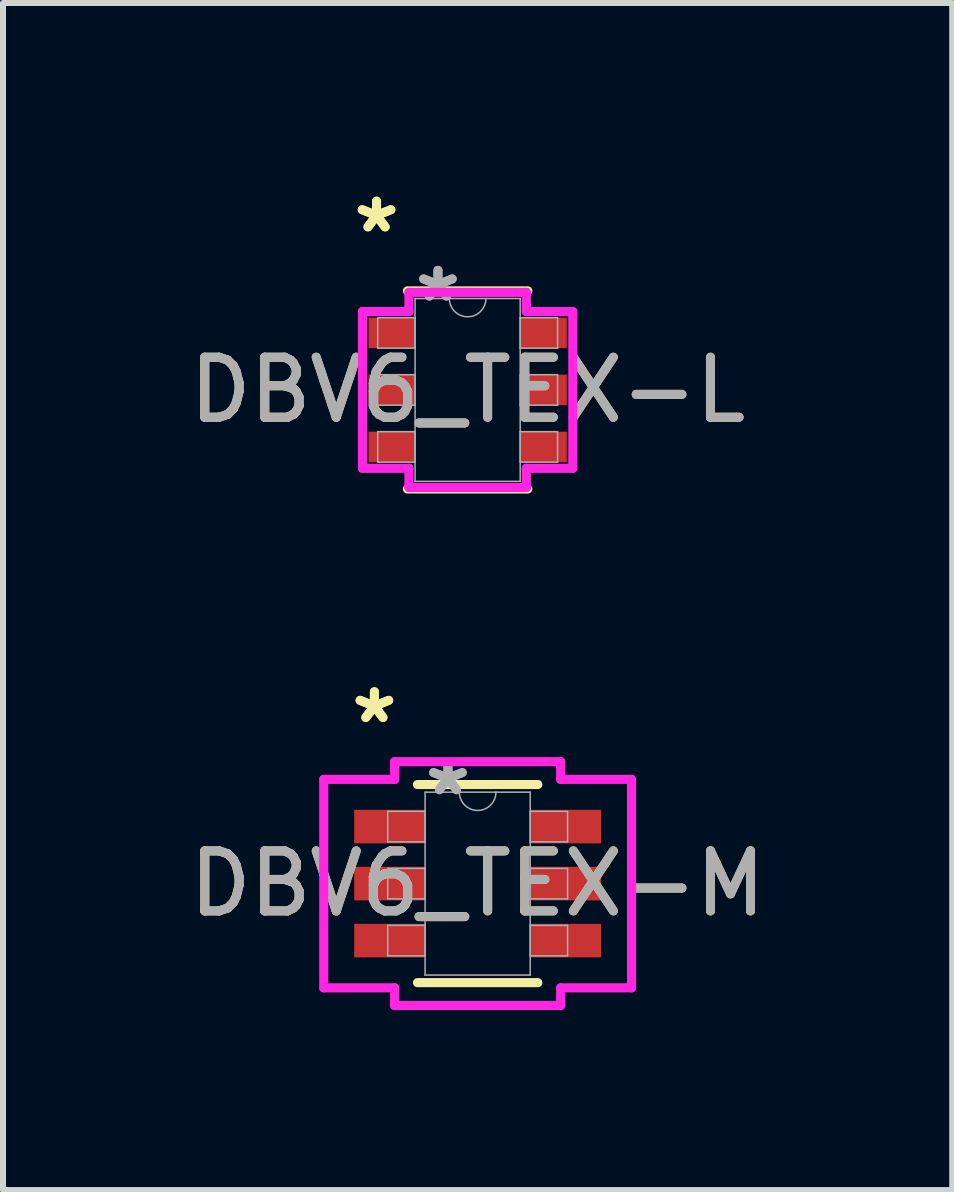
<source format=kicad_pcb>
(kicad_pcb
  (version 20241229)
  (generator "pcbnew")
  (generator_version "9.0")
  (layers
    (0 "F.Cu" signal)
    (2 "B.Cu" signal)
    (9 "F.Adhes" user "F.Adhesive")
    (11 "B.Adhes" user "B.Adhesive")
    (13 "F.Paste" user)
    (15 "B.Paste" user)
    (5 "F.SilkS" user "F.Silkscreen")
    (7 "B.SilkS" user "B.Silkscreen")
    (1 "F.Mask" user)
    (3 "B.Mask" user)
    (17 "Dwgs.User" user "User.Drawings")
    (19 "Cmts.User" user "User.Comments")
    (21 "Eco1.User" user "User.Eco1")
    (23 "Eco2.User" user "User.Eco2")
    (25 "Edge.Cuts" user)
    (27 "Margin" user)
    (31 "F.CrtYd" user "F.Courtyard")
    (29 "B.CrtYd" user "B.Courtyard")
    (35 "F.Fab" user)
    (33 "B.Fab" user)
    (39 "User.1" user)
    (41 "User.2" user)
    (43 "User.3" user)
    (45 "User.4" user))
  (footprint "DBV6_TEX-L"
    (layer "F.Cu")
    (at 4.744 3.449)
    (property "Reference" "DBV6_TEX-L" (at 0 0 0) (unlocked yes) (layer "F.SilkS") (effects (font (size 1 1) (thickness 0.15))))
    (attr smd)
    (fp_line (start -1.003 1.651) (end 1.003 1.651) (stroke (width 0.152) (type solid)) (layer "F.SilkS"))
    (fp_line (start 1.003 -1.651) (end -1.003 -1.651) (stroke (width 0.152) (type solid)) (layer "F.SilkS"))
    (fp_line (start -1.753 -1.306) (end -0.978 -1.306) (stroke (width 0.152) (type solid)) (layer "F.CrtYd"))
    (fp_line (start -1.753 1.306) (end -1.753 -1.306) (stroke (width 0.152) (type solid)) (layer "F.CrtYd"))
    (fp_line (start -1.753 1.306) (end -0.978 1.306) (stroke (width 0.152) (type solid)) (layer "F.CrtYd"))
    (fp_line (start -0.978 -1.626) (end 0.978 -1.626) (stroke (width 0.152) (type solid)) (layer "F.CrtYd"))
    (fp_line (start -0.978 -1.306) (end -0.978 -1.626) (stroke (width 0.152) (type solid)) (layer "F.CrtYd"))
    (fp_line (start -0.978 1.626) (end -0.978 1.306) (stroke (width 0.152) (type solid)) (layer "F.CrtYd"))
    (fp_line (start 0.978 -1.626) (end 0.978 -1.306) (stroke (width 0.152) (type solid)) (layer "F.CrtYd"))
    (fp_line (start 0.978 1.306) (end 0.978 1.626) (stroke (width 0.152) (type solid)) (layer "F.CrtYd"))
    (fp_line (start 0.978 1.626) (end -0.978 1.626) (stroke (width 0.152) (type solid)) (layer "F.CrtYd"))
    (fp_line (start 1.753 -1.306) (end 0.978 -1.306) (stroke (width 0.152) (type solid)) (layer "F.CrtYd"))
    (fp_line (start 1.753 -1.306) (end 1.753 1.306) (stroke (width 0.152) (type solid)) (layer "F.CrtYd"))
    (fp_line (start 1.753 1.306) (end 0.978 1.306) (stroke (width 0.152) (type solid)) (layer "F.CrtYd"))
    (fp_line (start -1.499 -1.204) (end -1.499 -0.696) (stroke (width 0.025) (type solid)) (layer "F.Fab"))
    (fp_line (start -1.499 -0.696) (end -0.876 -0.696) (stroke (width 0.025) (type solid)) (layer "F.Fab"))
    (fp_line (start -1.499 -0.254) (end -1.499 0.254) (stroke (width 0.025) (type solid)) (layer "F.Fab"))
    (fp_line (start -1.499 0.254) (end -0.876 0.254) (stroke (width 0.025) (type solid)) (layer "F.Fab"))
    (fp_line (start -1.499 0.696) (end -1.499 1.204) (stroke (width 0.025) (type solid)) (layer "F.Fab"))
    (fp_line (start -1.499 1.204) (end -0.876 1.204) (stroke (width 0.025) (type solid)) (layer "F.Fab"))
    (fp_line (start -0.876 -1.524) (end -0.876 1.524) (stroke (width 0.025) (type solid)) (layer "F.Fab"))
    (fp_line (start -0.876 -1.204) (end -1.499 -1.204) (stroke (width 0.025) (type solid)) (layer "F.Fab"))
    (fp_line (start -0.876 -0.696) (end -0.876 -1.204) (stroke (width 0.025) (type solid)) (layer "F.Fab"))
    (fp_line (start -0.876 -0.254) (end -1.499 -0.254) (stroke (width 0.025) (type solid)) (layer "F.Fab"))
    (fp_line (start -0.876 0.254) (end -0.876 -0.254) (stroke (width 0.025) (type solid)) (layer "F.Fab"))
    (fp_line (start -0.876 0.696) (end -1.499 0.696) (stroke (width 0.025) (type solid)) (layer "F.Fab"))
    (fp_line (start -0.876 1.204) (end -0.876 0.696) (stroke (width 0.025) (type solid)) (layer "F.Fab"))
    (fp_line (start -0.876 1.524) (end 0.876 1.524) (stroke (width 0.025) (type solid)) (layer "F.Fab"))
    (fp_line (start 0.876 -1.524) (end -0.876 -1.524) (stroke (width 0.025) (type solid)) (layer "F.Fab"))
    (fp_line (start 0.876 -1.204) (end 0.876 -0.696) (stroke (width 0.025) (type solid)) (layer "F.Fab"))
    (fp_line (start 0.876 -0.696) (end 1.499 -0.696) (stroke (width 0.025) (type solid)) (layer "F.Fab"))
    (fp_line (start 0.876 -0.254) (end 0.876 0.254) (stroke (width 0.025) (type solid)) (layer "F.Fab"))
    (fp_line (start 0.876 0.254) (end 1.499 0.254) (stroke (width 0.025) (type solid)) (layer "F.Fab"))
    (fp_line (start 0.876 0.696) (end 0.876 1.204) (stroke (width 0.025) (type solid)) (layer "F.Fab"))
    (fp_line (start 0.876 1.204) (end 1.499 1.204) (stroke (width 0.025) (type solid)) (layer "F.Fab"))
    (fp_line (start 0.876 1.524) (end 0.876 -1.524) (stroke (width 0.025) (type solid)) (layer "F.Fab"))
    (fp_line (start 1.499 -1.204) (end 0.876 -1.204) (stroke (width 0.025) (type solid)) (layer "F.Fab"))
    (fp_line (start 1.499 -0.696) (end 1.499 -1.204) (stroke (width 0.025) (type solid)) (layer "F.Fab"))
    (fp_line (start 1.499 -0.254) (end 0.876 -0.254) (stroke (width 0.025) (type solid)) (layer "F.Fab"))
    (fp_line (start 1.499 0.254) (end 1.499 -0.254) (stroke (width 0.025) (type solid)) (layer "F.Fab"))
    (fp_line (start 1.499 0.696) (end 0.876 0.696) (stroke (width 0.025) (type solid)) (layer "F.Fab"))
    (fp_line (start 1.499 1.204) (end 1.499 0.696) (stroke (width 0.025) (type solid)) (layer "F.Fab"))
    (fp_arc (start 0.3048 -1.524) (mid 0 -1.2192) (end -0.3048 -1.524) (stroke (width 0.0254) (type solid)) (layer "F.Fab"))
    (fp_text user "*" (at -1.518 -2.601 0) (unlocked yes) (layer "F.SilkS") (effects (font (size 1 1) (thickness 0.15))))
    (fp_text user "*" (at -1.518 -2.601 0) (layer "F.SilkS") (effects (font (size 1 1) (thickness 0.15))))
    (fp_text user "${REFERENCE}" (at 0 0 0) (unlocked yes) (layer "F.Fab") (effects (font (size 1 1) (thickness 0.15))))
    (fp_text user "*" (at -0.495 -1.448 0) (unlocked yes) (layer "F.Fab") (effects (font (size 1 1) (thickness 0.15))))
    (fp_text user "*" (at -0.495 -1.448 0) (layer "F.Fab") (effects (font (size 1 1) (thickness 0.15))))
    (pad "1" smd rect (at -1.264 -0.95) (size 0.775 0.508) (layers "F.Cu" "F.Mask" "F.Paste"))
    (pad "2" smd rect (at -1.264 0) (size 0.775 0.508) (layers "F.Cu" "F.Mask" "F.Paste"))
    (pad "3" smd rect (at -1.264 0.95) (size 0.775 0.508) (layers "F.Cu" "F.Mask" "F.Paste"))
    (pad "4" smd rect (at 1.264 0.95) (size 0.775 0.508) (layers "F.Cu" "F.Mask" "F.Paste"))
    (pad "5" smd rect (at 1.264 0) (size 0.775 0.508) (layers "F.Cu" "F.Mask" "F.Paste"))
    (pad "6" smd rect (at 1.264 -0.95) (size 0.775 0.508) (layers "F.Cu" "F.Mask" "F.Paste")))
  (footprint "DBV6_TEX-M"
    (layer "F.Cu")
    (at 4.911 11.677)
    (property "Reference" "DBV6_TEX-M" (at 0 0 0) (unlocked yes) (layer "F.SilkS") (effects (font (size 1 1) (thickness 0.15))))
    (attr smd)
    (fp_line (start -1.003 1.651) (end 1.003 1.651) (stroke (width 0.152) (type solid)) (layer "F.SilkS"))
    (fp_line (start 1.003 -1.651) (end -1.003 -1.651) (stroke (width 0.152) (type solid)) (layer "F.SilkS"))
    (fp_line (start -2.565 -1.737) (end -1.384 -1.737) (stroke (width 0.152) (type solid)) (layer "F.CrtYd"))
    (fp_line (start -2.565 1.737) (end -2.565 -1.737) (stroke (width 0.152) (type solid)) (layer "F.CrtYd"))
    (fp_line (start -2.565 1.737) (end -1.384 1.737) (stroke (width 0.152) (type solid)) (layer "F.CrtYd"))
    (fp_line (start -1.384 -2.032) (end 1.384 -2.032) (stroke (width 0.152) (type solid)) (layer "F.CrtYd"))
    (fp_line (start -1.384 -1.737) (end -1.384 -2.032) (stroke (width 0.152) (type solid)) (layer "F.CrtYd"))
    (fp_line (start -1.384 2.032) (end -1.384 1.737) (stroke (width 0.152) (type solid)) (layer "F.CrtYd"))
    (fp_line (start 1.384 -2.032) (end 1.384 -1.737) (stroke (width 0.152) (type solid)) (layer "F.CrtYd"))
    (fp_line (start 1.384 1.737) (end 1.384 2.032) (stroke (width 0.152) (type solid)) (layer "F.CrtYd"))
    (fp_line (start 1.384 2.032) (end -1.384 2.032) (stroke (width 0.152) (type solid)) (layer "F.CrtYd"))
    (fp_line (start 2.565 -1.737) (end 1.384 -1.737) (stroke (width 0.152) (type solid)) (layer "F.CrtYd"))
    (fp_line (start 2.565 -1.737) (end 2.565 1.737) (stroke (width 0.152) (type solid)) (layer "F.CrtYd"))
    (fp_line (start 2.565 1.737) (end 1.384 1.737) (stroke (width 0.152) (type solid)) (layer "F.CrtYd"))
    (fp_line (start -1.499 -1.204) (end -1.499 -0.696) (stroke (width 0.025) (type solid)) (layer "F.Fab"))
    (fp_line (start -1.499 -0.696) (end -0.876 -0.696) (stroke (width 0.025) (type solid)) (layer "F.Fab"))
    (fp_line (start -1.499 -0.254) (end -1.499 0.254) (stroke (width 0.025) (type solid)) (layer "F.Fab"))
    (fp_line (start -1.499 0.254) (end -0.876 0.254) (stroke (width 0.025) (type solid)) (layer "F.Fab"))
    (fp_line (start -1.499 0.696) (end -1.499 1.204) (stroke (width 0.025) (type solid)) (layer "F.Fab"))
    (fp_line (start -1.499 1.204) (end -0.876 1.204) (stroke (width 0.025) (type solid)) (layer "F.Fab"))
    (fp_line (start -0.876 -1.524) (end -0.876 1.524) (stroke (width 0.025) (type solid)) (layer "F.Fab"))
    (fp_line (start -0.876 -1.204) (end -1.499 -1.204) (stroke (width 0.025) (type solid)) (layer "F.Fab"))
    (fp_line (start -0.876 -0.696) (end -0.876 -1.204) (stroke (width 0.025) (type solid)) (layer "F.Fab"))
    (fp_line (start -0.876 -0.254) (end -1.499 -0.254) (stroke (width 0.025) (type solid)) (layer "F.Fab"))
    (fp_line (start -0.876 0.254) (end -0.876 -0.254) (stroke (width 0.025) (type solid)) (layer "F.Fab"))
    (fp_line (start -0.876 0.696) (end -1.499 0.696) (stroke (width 0.025) (type solid)) (layer "F.Fab"))
    (fp_line (start -0.876 1.204) (end -0.876 0.696) (stroke (width 0.025) (type solid)) (layer "F.Fab"))
    (fp_line (start -0.876 1.524) (end 0.876 1.524) (stroke (width 0.025) (type solid)) (layer "F.Fab"))
    (fp_line (start 0.876 -1.524) (end -0.876 -1.524) (stroke (width 0.025) (type solid)) (layer "F.Fab"))
    (fp_line (start 0.876 -1.204) (end 0.876 -0.696) (stroke (width 0.025) (type solid)) (layer "F.Fab"))
    (fp_line (start 0.876 -0.696) (end 1.499 -0.696) (stroke (width 0.025) (type solid)) (layer "F.Fab"))
    (fp_line (start 0.876 -0.254) (end 0.876 0.254) (stroke (width 0.025) (type solid)) (layer "F.Fab"))
    (fp_line (start 0.876 0.254) (end 1.499 0.254) (stroke (width 0.025) (type solid)) (layer "F.Fab"))
    (fp_line (start 0.876 0.696) (end 0.876 1.204) (stroke (width 0.025) (type solid)) (layer "F.Fab"))
    (fp_line (start 0.876 1.204) (end 1.499 1.204) (stroke (width 0.025) (type solid)) (layer "F.Fab"))
    (fp_line (start 0.876 1.524) (end 0.876 -1.524) (stroke (width 0.025) (type solid)) (layer "F.Fab"))
    (fp_line (start 1.499 -1.204) (end 0.876 -1.204) (stroke (width 0.025) (type solid)) (layer "F.Fab"))
    (fp_line (start 1.499 -0.696) (end 1.499 -1.204) (stroke (width 0.025) (type solid)) (layer "F.Fab"))
    (fp_line (start 1.499 -0.254) (end 0.876 -0.254) (stroke (width 0.025) (type solid)) (layer "F.Fab"))
    (fp_line (start 1.499 0.254) (end 1.499 -0.254) (stroke (width 0.025) (type solid)) (layer "F.Fab"))
    (fp_line (start 1.499 0.696) (end 0.876 0.696) (stroke (width 0.025) (type solid)) (layer "F.Fab"))
    (fp_line (start 1.499 1.204) (end 1.499 0.696) (stroke (width 0.025) (type solid)) (layer "F.Fab"))
    (fp_arc (start 0.3048 -1.524) (mid 0 -1.2192) (end -0.3048 -1.524) (stroke (width 0.0254) (type solid)) (layer "F.Fab"))
    (fp_text user "*" (at -1.721 -2.652 0) (unlocked yes) (layer "F.SilkS") (effects (font (size 1 1) (thickness 0.15))))
    (fp_text user "*" (at -1.721 -2.652 0) (layer "F.SilkS") (effects (font (size 1 1) (thickness 0.15))))
    (fp_text user "${REFERENCE}" (at 0 0 0) (unlocked yes) (layer "F.Fab") (effects (font (size 1 1) (thickness 0.15))))
    (fp_text user "*" (at -0.495 -1.448 0) (unlocked yes) (layer "F.Fab") (effects (font (size 1 1) (thickness 0.15))))
    (fp_text user "*" (at -0.495 -1.448 0) (layer "F.Fab") (effects (font (size 1 1) (thickness 0.15))))
    (pad "1" smd rect (at -1.467 -0.95) (size 1.181 0.559) (layers "F.Cu" "F.Mask" "F.Paste"))
    (pad "2" smd rect (at -1.467 0) (size 1.181 0.559) (layers "F.Cu" "F.Mask" "F.Paste"))
    (pad "3" smd rect (at -1.467 0.95) (size 1.181 0.559) (layers "F.Cu" "F.Mask" "F.Paste"))
    (pad "4" smd rect (at 1.467 0.95) (size 1.181 0.559) (layers "F.Cu" "F.Mask" "F.Paste"))
    (pad "5" smd rect (at 1.467 0) (size 1.181 0.559) (layers "F.Cu" "F.Mask" "F.Paste"))
    (pad "6" smd rect (at 1.467 -0.95) (size 1.181 0.559) (layers "F.Cu" "F.Mask" "F.Paste")))
  (gr_rect
    (start -3 -3)
    (end 12.821 16.785)
    (stroke (width 0.1) (type default))
    (fill no)
    (layer "Edge.Cuts")))
</source>
